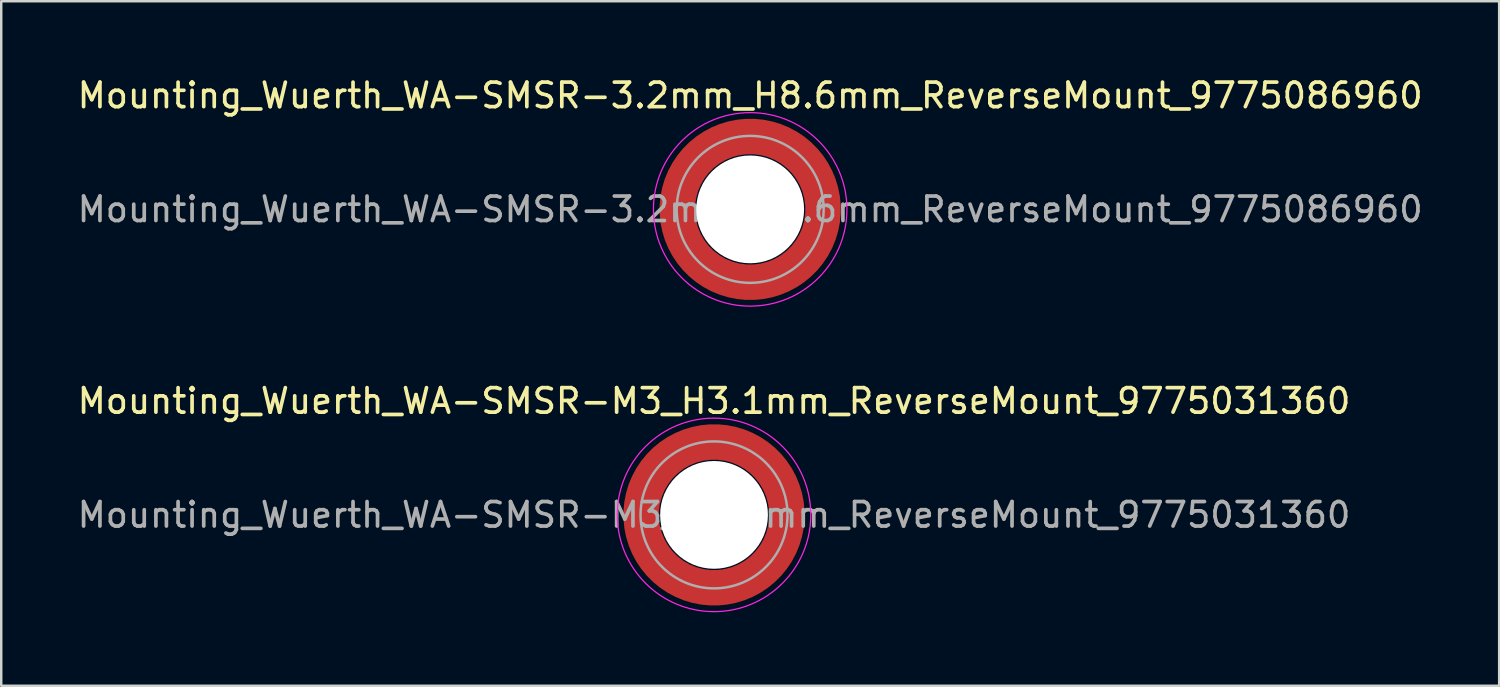
<source format=kicad_pcb>
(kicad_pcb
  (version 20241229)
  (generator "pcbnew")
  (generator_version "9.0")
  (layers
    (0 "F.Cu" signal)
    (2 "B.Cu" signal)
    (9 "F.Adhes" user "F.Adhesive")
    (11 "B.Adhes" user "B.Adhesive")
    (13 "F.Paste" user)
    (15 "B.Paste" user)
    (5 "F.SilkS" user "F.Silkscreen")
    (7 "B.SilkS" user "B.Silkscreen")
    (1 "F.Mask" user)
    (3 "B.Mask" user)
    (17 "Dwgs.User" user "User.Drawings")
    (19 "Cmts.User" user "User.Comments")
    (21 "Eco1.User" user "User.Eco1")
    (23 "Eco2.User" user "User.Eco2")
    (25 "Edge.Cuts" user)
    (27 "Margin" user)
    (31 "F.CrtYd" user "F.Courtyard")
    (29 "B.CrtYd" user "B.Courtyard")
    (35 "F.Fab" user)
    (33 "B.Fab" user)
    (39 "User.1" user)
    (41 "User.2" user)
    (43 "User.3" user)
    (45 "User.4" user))
  (footprint "Mounting_Wuerth_WA-SMSR-3.2mm_H8.6mm_ReverseMount_9775086960"
    (layer "F.Cu")
    (at 27.577 5.498)
    (property "Reference" "Mounting_Wuerth_WA-SMSR-3.2mm_H8.6mm_ReverseMount_9775086960" (at 0 -4.65 0) (layer "F.SilkS") (effects (font (size 1 1) (thickness 0.15))))
    (attr smd allow_soldermask_bridges)
    (fp_circle (center 0 0) (end 3.95 0) (stroke (width 0.05) (type solid)) (fill no) (layer "F.CrtYd"))
    (fp_circle (center 0 0) (end 3 0) (stroke (width 0.1) (type solid)) (fill no) (layer "F.Fab"))
    (fp_text user "${REFERENCE}" (at 0 0 0) (layer "F.Fab") (effects (font (size 1 1) (thickness 0.15))))
    (pad "" smd custom (at -2.095 -2.095) (size 0.672 0.672) (layers "F.Paste") (options (anchor circle)) (primitives (gr_arc (start -0.24231 1.594804) (mid 0.404819 0.404819) (end 1.594804 -0.24231) (width 0.2)) (gr_arc (start -0.3398 1.594804) (mid 0.337349 0.337349) (end 1.594804 -0.3398) (width 0.2)) (gr_arc (start -0.437132 1.594804) (mid 0.269879 0.269879) (end 1.594804 -0.437132) (width 0.2)) (gr_arc (start -0.534324 1.594804) (mid 0.202409 0.202409) (end 1.594804 -0.534324) (width 0.2)) (gr_arc (start -0.631391 1.594804) (mid 0.13494 0.13494) (end 1.594804 -0.631391) (width 0.2)) (gr_arc (start -0.728345 1.594804) (mid 0.06747 0.06747) (end 1.594804 -0.728345) (width 0.2)) (gr_arc (start -0.825197 1.594804) (mid 0 0) (end 1.594804 -0.825197) (width 0.2)) (gr_arc (start -0.921958 1.594804) (mid -0.06747 -0.06747) (end 1.594804 -0.921958) (width 0.2)) (gr_arc (start -1.018637 1.594804) (mid -0.13494 -0.13494) (end 1.594804 -1.018637) (width 0.2)) (gr_arc (start -1.115239 1.594804) (mid -0.202409 -0.202409) (end 1.594804 -1.115239) (width 0.2)) (gr_arc (start -1.211773 1.594804) (mid -0.269879 -0.269879) (end 1.594804 -1.211773) (width 0.2)) (gr_arc (start -1.308244 1.594804) (mid -0.337349 -0.337349) (end 1.594804 -1.308244) (width 0.2)) (gr_arc (start -1.404657 1.594804) (mid -0.404819 -0.404819) (end 1.594804 -1.404657) (width 0.2)) (gr_arc (start -1.404657 1.594804) (mid -0.404819 -0.404819) (end 1.594804 -1.404657) (width 0.2)) (gr_line (start 1.595 -0.242) (end 1.595 -1.405) (width 0.2)) (gr_line (start -0.242 1.595) (end -1.405 1.595) (width 0.2))))
    (pad "" smd custom (at -2.095 2.095) (size 0.672 0.672) (layers "F.Paste") (options (anchor circle)) (primitives (gr_arc (start 1.594804 0.24231) (mid 0.404819 -0.404819) (end -0.24231 -1.594804) (width 0.2)) (gr_arc (start 1.594804 0.3398) (mid 0.337349 -0.337349) (end -0.3398 -1.594804) (width 0.2)) (gr_arc (start 1.594804 0.437132) (mid 0.269879 -0.269879) (end -0.437132 -1.594804) (width 0.2)) (gr_arc (start 1.594804 0.534324) (mid 0.202409 -0.202409) (end -0.534324 -1.594804) (width 0.2)) (gr_arc (start 1.594804 0.631391) (mid 0.13494 -0.13494) (end -0.631391 -1.594804) (width 0.2)) (gr_arc (start 1.594804 0.728345) (mid 0.06747 -0.06747) (end -0.728345 -1.594804) (width 0.2)) (gr_arc (start 1.594804 0.825197) (mid 0 0) (end -0.825197 -1.594804) (width 0.2)) (gr_arc (start 1.594804 0.921958) (mid -0.06747 0.06747) (end -0.921958 -1.594804) (width 0.2)) (gr_arc (start 1.594804 1.018637) (mid -0.13494 0.13494) (end -1.018637 -1.594804) (width 0.2)) (gr_arc (start 1.594804 1.115239) (mid -0.202409 0.202409) (end -1.115239 -1.594804) (width 0.2)) (gr_arc (start 1.594804 1.211773) (mid -0.269879 0.269879) (end -1.211773 -1.594804) (width 0.2)) (gr_arc (start 1.594804 1.308244) (mid -0.337349 0.337349) (end -1.308244 -1.594804) (width 0.2)) (gr_arc (start 1.594804 1.404657) (mid -0.404819 0.404819) (end -1.404657 -1.594804) (width 0.2)) (gr_arc (start 1.594804 1.404657) (mid -0.404819 0.404819) (end -1.404657 -1.594804) (width 0.2)) (gr_line (start -0.242 -1.595) (end -1.405 -1.595) (width 0.2)) (gr_line (start 1.595 0.242) (end 1.595 1.405) (width 0.2))))
    (pad "" np_thru_hole circle (at 0 0) (size 4.4 4.4) (drill 4.4) (layers "*.Cu" "*.Mask"))
    (pad "" smd custom (at 2.095 -2.095) (size 0.672 0.672) (layers "F.Paste") (options (anchor circle)) (primitives (gr_arc (start -1.594804 -0.24231) (mid -0.404819 0.404819) (end 0.24231 1.594804) (width 0.2)) (gr_arc (start -1.594804 -0.3398) (mid -0.337349 0.337349) (end 0.3398 1.594804) (width 0.2)) (gr_arc (start -1.594804 -0.437132) (mid -0.269879 0.269879) (end 0.437132 1.594804) (width 0.2)) (gr_arc (start -1.594804 -0.534324) (mid -0.202409 0.202409) (end 0.534324 1.594804) (width 0.2)) (gr_arc (start -1.594804 -0.631391) (mid -0.13494 0.13494) (end 0.631391 1.594804) (width 0.2)) (gr_arc (start -1.594804 -0.728345) (mid -0.06747 0.06747) (end 0.728345 1.594804) (width 0.2)) (gr_arc (start -1.594804 -0.825197) (mid 0 0) (end 0.825197 1.594804) (width 0.2)) (gr_arc (start -1.594804 -0.921958) (mid 0.06747 -0.06747) (end 0.921958 1.594804) (width 0.2)) (gr_arc (start -1.594804 -1.018637) (mid 0.13494 -0.13494) (end 1.018637 1.594804) (width 0.2)) (gr_arc (start -1.594804 -1.115239) (mid 0.202409 -0.202409) (end 1.115239 1.594804) (width 0.2)) (gr_arc (start -1.594804 -1.211773) (mid 0.269879 -0.269879) (end 1.211773 1.594804) (width 0.2)) (gr_arc (start -1.594804 -1.308244) (mid 0.337349 -0.337349) (end 1.308244 1.594804) (width 0.2)) (gr_arc (start -1.594804 -1.404657) (mid 0.404819 -0.404819) (end 1.404657 1.594804) (width 0.2)) (gr_arc (start -1.594804 -1.404657) (mid 0.404819 -0.404819) (end 1.404657 1.594804) (width 0.2)) (gr_line (start 0.242 1.595) (end 1.405 1.595) (width 0.2)) (gr_line (start -1.595 -0.242) (end -1.595 -1.405) (width 0.2))))
    (pad "" smd custom (at 2.095 2.095) (size 0.672 0.672) (layers "F.Paste") (options (anchor circle)) (primitives (gr_arc (start 0.24231 -1.594804) (mid -0.404819 -0.404819) (end -1.594804 0.24231) (width 0.2)) (gr_arc (start 0.3398 -1.594804) (mid -0.337349 -0.337349) (end -1.594804 0.3398) (width 0.2)) (gr_arc (start 0.437132 -1.594804) (mid -0.269879 -0.269879) (end -1.594804 0.437132) (width 0.2)) (gr_arc (start 0.534324 -1.594804) (mid -0.202409 -0.202409) (end -1.594804 0.534324) (width 0.2)) (gr_arc (start 0.631391 -1.594804) (mid -0.13494 -0.13494) (end -1.594804 0.631391) (width 0.2)) (gr_arc (start 0.728345 -1.594804) (mid -0.06747 -0.06747) (end -1.594804 0.728345) (width 0.2)) (gr_arc (start 0.825197 -1.594804) (mid 0 0) (end -1.594804 0.825197) (width 0.2)) (gr_arc (start 0.921958 -1.594804) (mid 0.06747 0.06747) (end -1.594804 0.921958) (width 0.2)) (gr_arc (start 1.018637 -1.594804) (mid 0.13494 0.13494) (end -1.594804 1.018637) (width 0.2)) (gr_arc (start 1.115239 -1.594804) (mid 0.202409 0.202409) (end -1.594804 1.115239) (width 0.2)) (gr_arc (start 1.211773 -1.594804) (mid 0.269879 0.269879) (end -1.594804 1.211773) (width 0.2)) (gr_arc (start 1.308244 -1.594804) (mid 0.337349 0.337349) (end -1.594804 1.308244) (width 0.2)) (gr_arc (start 1.404657 -1.594804) (mid 0.404819 0.404819) (end -1.594804 1.404657) (width 0.2)) (gr_arc (start 1.404657 -1.594804) (mid 0.404819 0.404819) (end -1.594804 1.404657) (width 0.2)) (gr_line (start -1.595 0.242) (end -1.595 1.405) (width 0.2)) (gr_line (start 0.242 -1.595) (end 1.405 -1.595) (width 0.2))))
    (pad "1" smd circle (at -2.975 0) (size 0.942 0.942) (layers "F.Cu"))
    (pad "1" smd circle (at 0 -2.975) (size 0.942 0.942) (layers "F.Cu"))
    (pad "1" smd circle (at 0 2.975) (size 0.942 0.942) (layers "F.Cu"))
    (pad "1" smd custom (at 2.975 0) (size 1.45 1.45) (layers "F.Cu" "F.Mask") (options (anchor circle)) (primitives (gr_circle (center -2.975 0) (end 0 0) (width 1.45) (fill no)))))
  (footprint "Mounting_Wuerth_WA-SMSR-M3_H3.1mm_ReverseMount_9775031360"
    (layer "F.Cu")
    (at 26.101 17.971)
    (property "Reference" "Mounting_Wuerth_WA-SMSR-M3_H3.1mm_ReverseMount_9775031360" (at 0 -4.65 0) (layer "F.SilkS") (effects (font (size 1 1) (thickness 0.15))))
    (attr smd allow_soldermask_bridges)
    (fp_circle (center 0 0) (end 3.95 0) (stroke (width 0.05) (type solid)) (fill no) (layer "F.CrtYd"))
    (fp_circle (center 0 0) (end 3 0) (stroke (width 0.1) (type solid)) (fill no) (layer "F.Fab"))
    (fp_text user "${REFERENCE}" (at 0 0 0) (layer "F.Fab") (effects (font (size 1 1) (thickness 0.15))))
    (pad "" smd custom (at -2.095 -2.095) (size 0.672 0.672) (layers "F.Paste") (options (anchor circle)) (primitives (gr_arc (start -0.24231 1.594804) (mid 0.404819 0.404819) (end 1.594804 -0.24231) (width 0.2)) (gr_arc (start -0.3398 1.594804) (mid 0.337349 0.337349) (end 1.594804 -0.3398) (width 0.2)) (gr_arc (start -0.437132 1.594804) (mid 0.269879 0.269879) (end 1.594804 -0.437132) (width 0.2)) (gr_arc (start -0.534324 1.594804) (mid 0.202409 0.202409) (end 1.594804 -0.534324) (width 0.2)) (gr_arc (start -0.631391 1.594804) (mid 0.13494 0.13494) (end 1.594804 -0.631391) (width 0.2)) (gr_arc (start -0.728345 1.594804) (mid 0.06747 0.06747) (end 1.594804 -0.728345) (width 0.2)) (gr_arc (start -0.825197 1.594804) (mid 0 0) (end 1.594804 -0.825197) (width 0.2)) (gr_arc (start -0.921958 1.594804) (mid -0.06747 -0.06747) (end 1.594804 -0.921958) (width 0.2)) (gr_arc (start -1.018637 1.594804) (mid -0.13494 -0.13494) (end 1.594804 -1.018637) (width 0.2)) (gr_arc (start -1.115239 1.594804) (mid -0.202409 -0.202409) (end 1.594804 -1.115239) (width 0.2)) (gr_arc (start -1.211773 1.594804) (mid -0.269879 -0.269879) (end 1.594804 -1.211773) (width 0.2)) (gr_arc (start -1.308244 1.594804) (mid -0.337349 -0.337349) (end 1.594804 -1.308244) (width 0.2)) (gr_arc (start -1.404657 1.594804) (mid -0.404819 -0.404819) (end 1.594804 -1.404657) (width 0.2)) (gr_arc (start -1.404657 1.594804) (mid -0.404819 -0.404819) (end 1.594804 -1.404657) (width 0.2)) (gr_line (start 1.595 -0.242) (end 1.595 -1.405) (width 0.2)) (gr_line (start -0.242 1.595) (end -1.405 1.595) (width 0.2))))
    (pad "" smd custom (at -2.095 2.095) (size 0.672 0.672) (layers "F.Paste") (options (anchor circle)) (primitives (gr_arc (start 1.594804 0.24231) (mid 0.404819 -0.404819) (end -0.24231 -1.594804) (width 0.2)) (gr_arc (start 1.594804 0.3398) (mid 0.337349 -0.337349) (end -0.3398 -1.594804) (width 0.2)) (gr_arc (start 1.594804 0.437132) (mid 0.269879 -0.269879) (end -0.437132 -1.594804) (width 0.2)) (gr_arc (start 1.594804 0.534324) (mid 0.202409 -0.202409) (end -0.534324 -1.594804) (width 0.2)) (gr_arc (start 1.594804 0.631391) (mid 0.13494 -0.13494) (end -0.631391 -1.594804) (width 0.2)) (gr_arc (start 1.594804 0.728345) (mid 0.06747 -0.06747) (end -0.728345 -1.594804) (width 0.2)) (gr_arc (start 1.594804 0.825197) (mid 0 0) (end -0.825197 -1.594804) (width 0.2)) (gr_arc (start 1.594804 0.921958) (mid -0.06747 0.06747) (end -0.921958 -1.594804) (width 0.2)) (gr_arc (start 1.594804 1.018637) (mid -0.13494 0.13494) (end -1.018637 -1.594804) (width 0.2)) (gr_arc (start 1.594804 1.115239) (mid -0.202409 0.202409) (end -1.115239 -1.594804) (width 0.2)) (gr_arc (start 1.594804 1.211773) (mid -0.269879 0.269879) (end -1.211773 -1.594804) (width 0.2)) (gr_arc (start 1.594804 1.308244) (mid -0.337349 0.337349) (end -1.308244 -1.594804) (width 0.2)) (gr_arc (start 1.594804 1.404657) (mid -0.404819 0.404819) (end -1.404657 -1.594804) (width 0.2)) (gr_arc (start 1.594804 1.404657) (mid -0.404819 0.404819) (end -1.404657 -1.594804) (width 0.2)) (gr_line (start -0.242 -1.595) (end -1.405 -1.595) (width 0.2)) (gr_line (start 1.595 0.242) (end 1.595 1.405) (width 0.2))))
    (pad "" np_thru_hole circle (at 0 0) (size 4.4 4.4) (drill 4.4) (layers "*.Cu" "*.Mask"))
    (pad "" smd custom (at 2.095 -2.095) (size 0.672 0.672) (layers "F.Paste") (options (anchor circle)) (primitives (gr_arc (start -1.594804 -0.24231) (mid -0.404819 0.404819) (end 0.24231 1.594804) (width 0.2)) (gr_arc (start -1.594804 -0.3398) (mid -0.337349 0.337349) (end 0.3398 1.594804) (width 0.2)) (gr_arc (start -1.594804 -0.437132) (mid -0.269879 0.269879) (end 0.437132 1.594804) (width 0.2)) (gr_arc (start -1.594804 -0.534324) (mid -0.202409 0.202409) (end 0.534324 1.594804) (width 0.2)) (gr_arc (start -1.594804 -0.631391) (mid -0.13494 0.13494) (end 0.631391 1.594804) (width 0.2)) (gr_arc (start -1.594804 -0.728345) (mid -0.06747 0.06747) (end 0.728345 1.594804) (width 0.2)) (gr_arc (start -1.594804 -0.825197) (mid 0 0) (end 0.825197 1.594804) (width 0.2)) (gr_arc (start -1.594804 -0.921958) (mid 0.06747 -0.06747) (end 0.921958 1.594804) (width 0.2)) (gr_arc (start -1.594804 -1.018637) (mid 0.13494 -0.13494) (end 1.018637 1.594804) (width 0.2)) (gr_arc (start -1.594804 -1.115239) (mid 0.202409 -0.202409) (end 1.115239 1.594804) (width 0.2)) (gr_arc (start -1.594804 -1.211773) (mid 0.269879 -0.269879) (end 1.211773 1.594804) (width 0.2)) (gr_arc (start -1.594804 -1.308244) (mid 0.337349 -0.337349) (end 1.308244 1.594804) (width 0.2)) (gr_arc (start -1.594804 -1.404657) (mid 0.404819 -0.404819) (end 1.404657 1.594804) (width 0.2)) (gr_arc (start -1.594804 -1.404657) (mid 0.404819 -0.404819) (end 1.404657 1.594804) (width 0.2)) (gr_line (start 0.242 1.595) (end 1.405 1.595) (width 0.2)) (gr_line (start -1.595 -0.242) (end -1.595 -1.405) (width 0.2))))
    (pad "" smd custom (at 2.095 2.095) (size 0.672 0.672) (layers "F.Paste") (options (anchor circle)) (primitives (gr_arc (start 0.24231 -1.594804) (mid -0.404819 -0.404819) (end -1.594804 0.24231) (width 0.2)) (gr_arc (start 0.3398 -1.594804) (mid -0.337349 -0.337349) (end -1.594804 0.3398) (width 0.2)) (gr_arc (start 0.437132 -1.594804) (mid -0.269879 -0.269879) (end -1.594804 0.437132) (width 0.2)) (gr_arc (start 0.534324 -1.594804) (mid -0.202409 -0.202409) (end -1.594804 0.534324) (width 0.2)) (gr_arc (start 0.631391 -1.594804) (mid -0.13494 -0.13494) (end -1.594804 0.631391) (width 0.2)) (gr_arc (start 0.728345 -1.594804) (mid -0.06747 -0.06747) (end -1.594804 0.728345) (width 0.2)) (gr_arc (start 0.825197 -1.594804) (mid 0 0) (end -1.594804 0.825197) (width 0.2)) (gr_arc (start 0.921958 -1.594804) (mid 0.06747 0.06747) (end -1.594804 0.921958) (width 0.2)) (gr_arc (start 1.018637 -1.594804) (mid 0.13494 0.13494) (end -1.594804 1.018637) (width 0.2)) (gr_arc (start 1.115239 -1.594804) (mid 0.202409 0.202409) (end -1.594804 1.115239) (width 0.2)) (gr_arc (start 1.211773 -1.594804) (mid 0.269879 0.269879) (end -1.594804 1.211773) (width 0.2)) (gr_arc (start 1.308244 -1.594804) (mid 0.337349 0.337349) (end -1.594804 1.308244) (width 0.2)) (gr_arc (start 1.404657 -1.594804) (mid 0.404819 0.404819) (end -1.594804 1.404657) (width 0.2)) (gr_arc (start 1.404657 -1.594804) (mid 0.404819 0.404819) (end -1.594804 1.404657) (width 0.2)) (gr_line (start -1.595 0.242) (end -1.595 1.405) (width 0.2)) (gr_line (start 0.242 -1.595) (end 1.405 -1.595) (width 0.2))))
    (pad "1" smd circle (at -2.975 0) (size 0.942 0.942) (layers "F.Cu"))
    (pad "1" smd circle (at 0 -2.975) (size 0.942 0.942) (layers "F.Cu"))
    (pad "1" smd circle (at 0 2.975) (size 0.942 0.942) (layers "F.Cu"))
    (pad "1" smd custom (at 2.975 0) (size 1.45 1.45) (layers "F.Cu" "F.Mask") (options (anchor circle)) (primitives (gr_circle (center -2.975 0) (end 0 0) (width 1.45) (fill no)))))
  (gr_rect
    (start -3 -3)
    (end 58.155 24.947)
    (stroke (width 0.1) (type default))
    (fill no)
    (layer "Edge.Cuts")))
</source>
